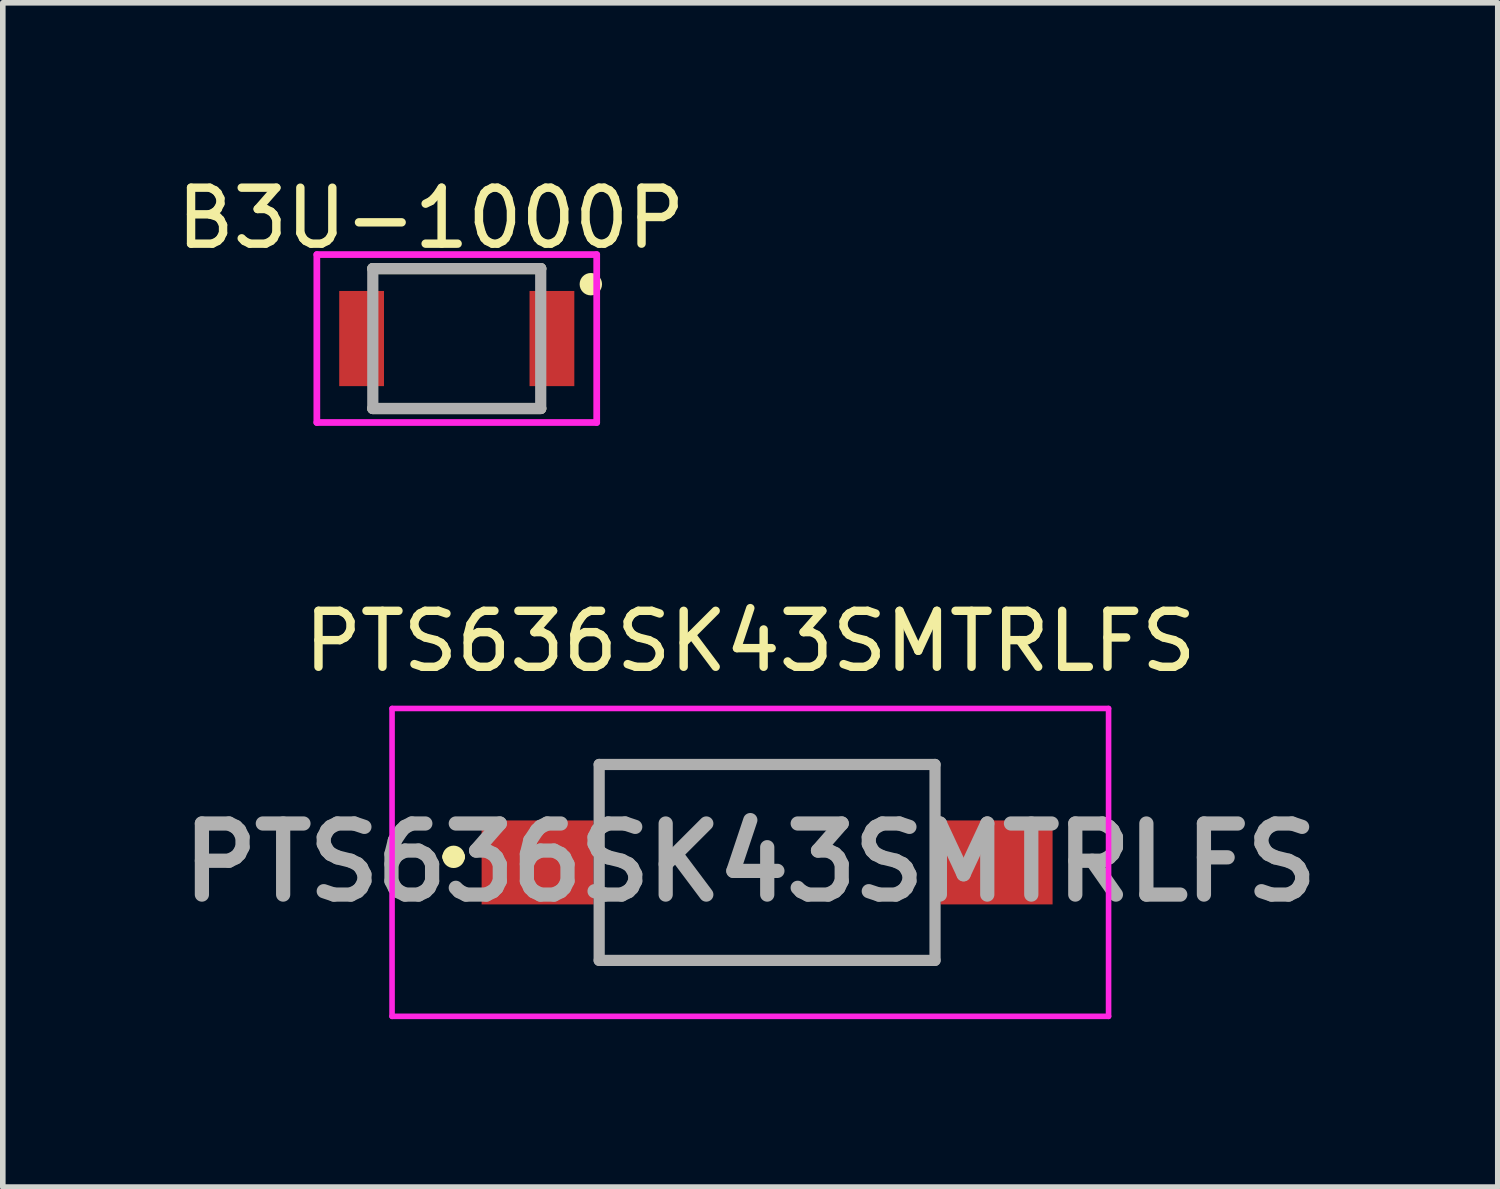
<source format=kicad_pcb>
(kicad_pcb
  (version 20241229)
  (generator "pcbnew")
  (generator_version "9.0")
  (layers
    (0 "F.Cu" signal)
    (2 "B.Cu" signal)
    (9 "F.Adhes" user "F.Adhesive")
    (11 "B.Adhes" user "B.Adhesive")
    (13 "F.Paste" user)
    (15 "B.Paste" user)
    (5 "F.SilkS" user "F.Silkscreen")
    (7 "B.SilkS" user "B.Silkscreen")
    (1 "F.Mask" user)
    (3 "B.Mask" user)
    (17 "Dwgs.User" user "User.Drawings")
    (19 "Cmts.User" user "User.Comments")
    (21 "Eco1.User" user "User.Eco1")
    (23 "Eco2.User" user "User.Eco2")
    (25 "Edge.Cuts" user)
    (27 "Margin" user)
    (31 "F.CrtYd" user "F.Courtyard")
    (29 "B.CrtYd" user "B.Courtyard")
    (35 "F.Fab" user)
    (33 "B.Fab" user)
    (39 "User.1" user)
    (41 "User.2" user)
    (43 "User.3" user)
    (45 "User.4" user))
  (footprint "B3U-1000P"
    (layer "F.Cu")
    (at 5.11 2.998)
    (property "Reference" "B3U-1000P" (at -0.461 -2.15 0) (layer "F.SilkS") (effects (font (size 1 1) (thickness 0.15))))
    (attr smd)
    (fp_line (start -1.5 -1.25) (end 1.5 -1.25) (stroke (width 0.2) (type solid)) (layer "F.SilkS"))
    (fp_line (start -1.5 1.25) (end 1.5 1.25) (stroke (width 0.2) (type solid)) (layer "F.SilkS"))
    (fp_circle (center 2.395 -0.971) (end 2.395 -0.871) (stroke (width 0.2) (type solid)) (fill no) (layer "F.SilkS"))
    (fp_line (start -2.5 -1.5) (end 2.5 -1.5) (stroke (width 0.12) (type solid)) (layer "F.CrtYd"))
    (fp_line (start -2.5 1.5) (end -2.5 -1.5) (stroke (width 0.12) (type solid)) (layer "F.CrtYd"))
    (fp_line (start 2.5 -1.5) (end 2.5 1.5) (stroke (width 0.12) (type solid)) (layer "F.CrtYd"))
    (fp_line (start 2.5 1.5) (end -2.5 1.5) (stroke (width 0.12) (type solid)) (layer "F.CrtYd"))
    (fp_line (start -1.5 -1.25) (end 1.5 -1.25) (stroke (width 0.2) (type solid)) (layer "F.Fab"))
    (fp_line (start -1.5 1.25) (end -1.5 -1.25) (stroke (width 0.2) (type solid)) (layer "F.Fab"))
    (fp_line (start 1.5 -1.25) (end 1.5 1.25) (stroke (width 0.2) (type solid)) (layer "F.Fab"))
    (fp_line (start 1.5 1.25) (end -1.5 1.25) (stroke (width 0.2) (type solid)) (layer "F.Fab"))
    (pad "1" smd rect (at 1.7 0) (size 0.8 1.7) (layers "F.Cu" "F.Mask" "F.Paste"))
    (pad "2" smd rect (at -1.7 0) (size 0.8 1.7) (layers "F.Cu" "F.Mask" "F.Paste")))
  (footprint "PTS636SK43SMTRLFS"
    (layer "F.Cu")
    (at 10.654 12.357)
    (property "Reference" "PTS636SK43SMTRLFS" (at -0.3 -3.95 0) (layer "F.SilkS") (effects (font (size 1 1) (thickness 0.15))))
    (attr smd)
    (fp_line (start -5.7 -0.1) (end -5.7 -0.1) (stroke (width 0.2) (type solid)) (layer "F.SilkS"))
    (fp_line (start -5.5 -0.1) (end -5.5 -0.1) (stroke (width 0.2) (type solid)) (layer "F.SilkS"))
    (fp_line (start -3 -1.75) (end 3 -1.75) (stroke (width 0.1) (type solid)) (layer "F.SilkS"))
    (fp_line (start -3 -1.1) (end -3 -1.75) (stroke (width 0.1) (type solid)) (layer "F.SilkS"))
    (fp_line (start -3 1.1) (end -3 1.75) (stroke (width 0.1) (type solid)) (layer "F.SilkS"))
    (fp_line (start -3 1.75) (end 3 1.75) (stroke (width 0.1) (type solid)) (layer "F.SilkS"))
    (fp_line (start 3 -1.75) (end 3 -1.1) (stroke (width 0.1) (type solid)) (layer "F.SilkS"))
    (fp_line (start 3 1.75) (end 3 1.1) (stroke (width 0.1) (type solid)) (layer "F.SilkS"))
    (fp_arc (start -5.7 -0.1) (mid -5.6 -0.2) (end -5.5 -0.1) (stroke (width 0.2) (type solid)) (layer "F.SilkS"))
    (fp_arc (start -5.5 -0.1) (mid -5.6 0) (end -5.7 -0.1) (stroke (width 0.2) (type solid)) (layer "F.SilkS"))
    (fp_line (start -6.7 -2.75) (end 6.1 -2.75) (stroke (width 0.1) (type solid)) (layer "F.CrtYd"))
    (fp_line (start -6.7 2.75) (end -6.7 -2.75) (stroke (width 0.1) (type solid)) (layer "F.CrtYd"))
    (fp_line (start 6.1 -2.75) (end 6.1 2.75) (stroke (width 0.1) (type solid)) (layer "F.CrtYd"))
    (fp_line (start 6.1 2.75) (end -6.7 2.75) (stroke (width 0.1) (type solid)) (layer "F.CrtYd"))
    (fp_line (start -3 -1.75) (end 3 -1.75) (stroke (width 0.2) (type solid)) (layer "F.Fab"))
    (fp_line (start -3 1.75) (end -3 -1.75) (stroke (width 0.2) (type solid)) (layer "F.Fab"))
    (fp_line (start 3 -1.75) (end 3 1.75) (stroke (width 0.2) (type solid)) (layer "F.Fab"))
    (fp_line (start 3 1.75) (end -3 1.75) (stroke (width 0.2) (type solid)) (layer "F.Fab"))
    (fp_text user "${REFERENCE}" (at -0.3 0 0) (layer "F.Fab") (effects (font (size 1.27 1.27) (thickness 0.254))))
    (pad "1" smd rect (at -4.1 0 90) (size 1.5 2) (layers "F.Cu" "F.Mask" "F.Paste"))
    (pad "2" smd rect (at 4.1 0 90) (size 1.5 2) (layers "F.Cu" "F.Mask" "F.Paste")))
  (gr_rect
    (start -3 -3)
    (end 23.707 18.157)
    (stroke (width 0.1) (type default))
    (fill no)
    (layer "Edge.Cuts")))
</source>
